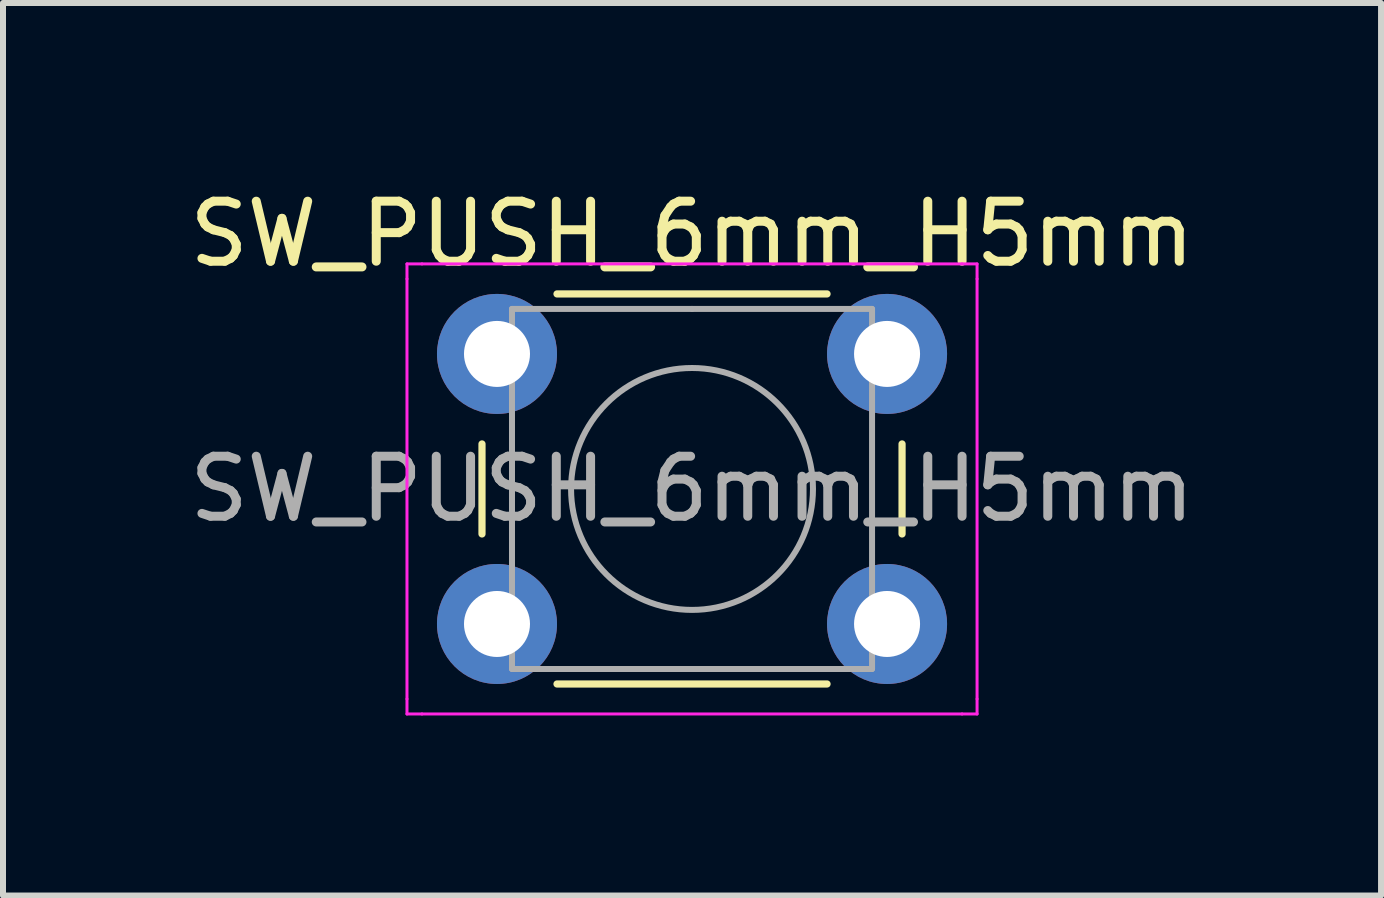
<source format=kicad_pcb>
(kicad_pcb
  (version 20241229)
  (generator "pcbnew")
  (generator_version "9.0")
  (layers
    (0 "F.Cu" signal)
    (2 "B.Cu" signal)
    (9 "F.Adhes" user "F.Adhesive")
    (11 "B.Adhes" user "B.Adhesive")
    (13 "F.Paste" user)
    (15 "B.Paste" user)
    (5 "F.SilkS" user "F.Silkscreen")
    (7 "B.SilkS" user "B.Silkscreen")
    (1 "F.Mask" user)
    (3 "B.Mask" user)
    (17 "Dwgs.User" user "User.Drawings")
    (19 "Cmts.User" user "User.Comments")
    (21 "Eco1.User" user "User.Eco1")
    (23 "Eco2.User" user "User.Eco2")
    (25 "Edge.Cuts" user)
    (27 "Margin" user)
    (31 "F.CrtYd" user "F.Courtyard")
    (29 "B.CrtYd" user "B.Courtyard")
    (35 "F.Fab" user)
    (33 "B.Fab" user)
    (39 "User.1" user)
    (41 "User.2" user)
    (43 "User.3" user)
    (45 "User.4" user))
  (footprint "SW_PUSH_6mm_H5mm"
    (layer "F.Cu")
    (at 5.232 2.848)
    (property "Reference" "SW_PUSH_6mm_H5mm" (at 3.25 -2 0) (layer "F.SilkS") (effects (font (size 1 1) (thickness 0.15))))
    (attr through_hole)
    (fp_line (start -0.25 1.5) (end -0.25 3) (stroke (width 0.12) (type solid)) (layer "F.SilkS"))
    (fp_line (start 1 5.5) (end 5.5 5.5) (stroke (width 0.12) (type solid)) (layer "F.SilkS"))
    (fp_line (start 5.5 -1) (end 1 -1) (stroke (width 0.12) (type solid)) (layer "F.SilkS"))
    (fp_line (start 6.75 3) (end 6.75 1.5) (stroke (width 0.12) (type solid)) (layer "F.SilkS"))
    (fp_line (start -1.5 -1.5) (end -1.25 -1.5) (stroke (width 0.05) (type solid)) (layer "F.CrtYd"))
    (fp_line (start -1.5 -1.25) (end -1.5 -1.5) (stroke (width 0.05) (type solid)) (layer "F.CrtYd"))
    (fp_line (start -1.5 5.75) (end -1.5 -1.25) (stroke (width 0.05) (type solid)) (layer "F.CrtYd"))
    (fp_line (start -1.5 5.75) (end -1.5 6) (stroke (width 0.05) (type solid)) (layer "F.CrtYd"))
    (fp_line (start -1.5 6) (end -1.25 6) (stroke (width 0.05) (type solid)) (layer "F.CrtYd"))
    (fp_line (start -1.25 -1.5) (end 7.75 -1.5) (stroke (width 0.05) (type solid)) (layer "F.CrtYd"))
    (fp_line (start 7.75 -1.5) (end 8 -1.5) (stroke (width 0.05) (type solid)) (layer "F.CrtYd"))
    (fp_line (start 7.75 6) (end -1.25 6) (stroke (width 0.05) (type solid)) (layer "F.CrtYd"))
    (fp_line (start 7.75 6) (end 8 6) (stroke (width 0.05) (type solid)) (layer "F.CrtYd"))
    (fp_line (start 8 -1.5) (end 8 -1.25) (stroke (width 0.05) (type solid)) (layer "F.CrtYd"))
    (fp_line (start 8 -1.25) (end 8 5.75) (stroke (width 0.05) (type solid)) (layer "F.CrtYd"))
    (fp_line (start 8 6) (end 8 5.75) (stroke (width 0.05) (type solid)) (layer "F.CrtYd"))
    (fp_line (start 0.25 -0.75) (end 3.25 -0.75) (stroke (width 0.1) (type solid)) (layer "F.Fab"))
    (fp_line (start 0.25 5.25) (end 0.25 -0.75) (stroke (width 0.1) (type solid)) (layer "F.Fab"))
    (fp_line (start 3.25 -0.75) (end 6.25 -0.75) (stroke (width 0.1) (type solid)) (layer "F.Fab"))
    (fp_line (start 6.25 -0.75) (end 6.25 5.25) (stroke (width 0.1) (type solid)) (layer "F.Fab"))
    (fp_line (start 6.25 5.25) (end 0.25 5.25) (stroke (width 0.1) (type solid)) (layer "F.Fab"))
    (fp_circle (center 3.25 2.25) (end 1.25 2.5) (stroke (width 0.1) (type solid)) (fill no) (layer "F.Fab"))
    (fp_text user "${REFERENCE}" (at 3.25 2.25 0) (layer "F.Fab") (effects (font (size 1 1) (thickness 0.15))))
    (pad "1" thru_hole circle (at 0 0 90) (size 2 2) (drill 1.1) (layers "*.Cu" "*.Mask"))
    (pad "2" thru_hole circle (at 6.5 0 90) (size 2 2) (drill 1.1) (layers "*.Cu" "*.Mask"))
    (pad "3" thru_hole circle (at 0 4.5 90) (size 2 2) (drill 1.1) (layers "*.Cu" "*.Mask"))
    (pad "4" thru_hole circle (at 6.5 4.5 90) (size 2 2) (drill 1.1) (layers "*.Cu" "*.Mask")))
  (gr_rect
    (start -3 -3)
    (end 19.964 11.873)
    (stroke (width 0.1) (type default))
    (fill no)
    (layer "Edge.Cuts")))
</source>
